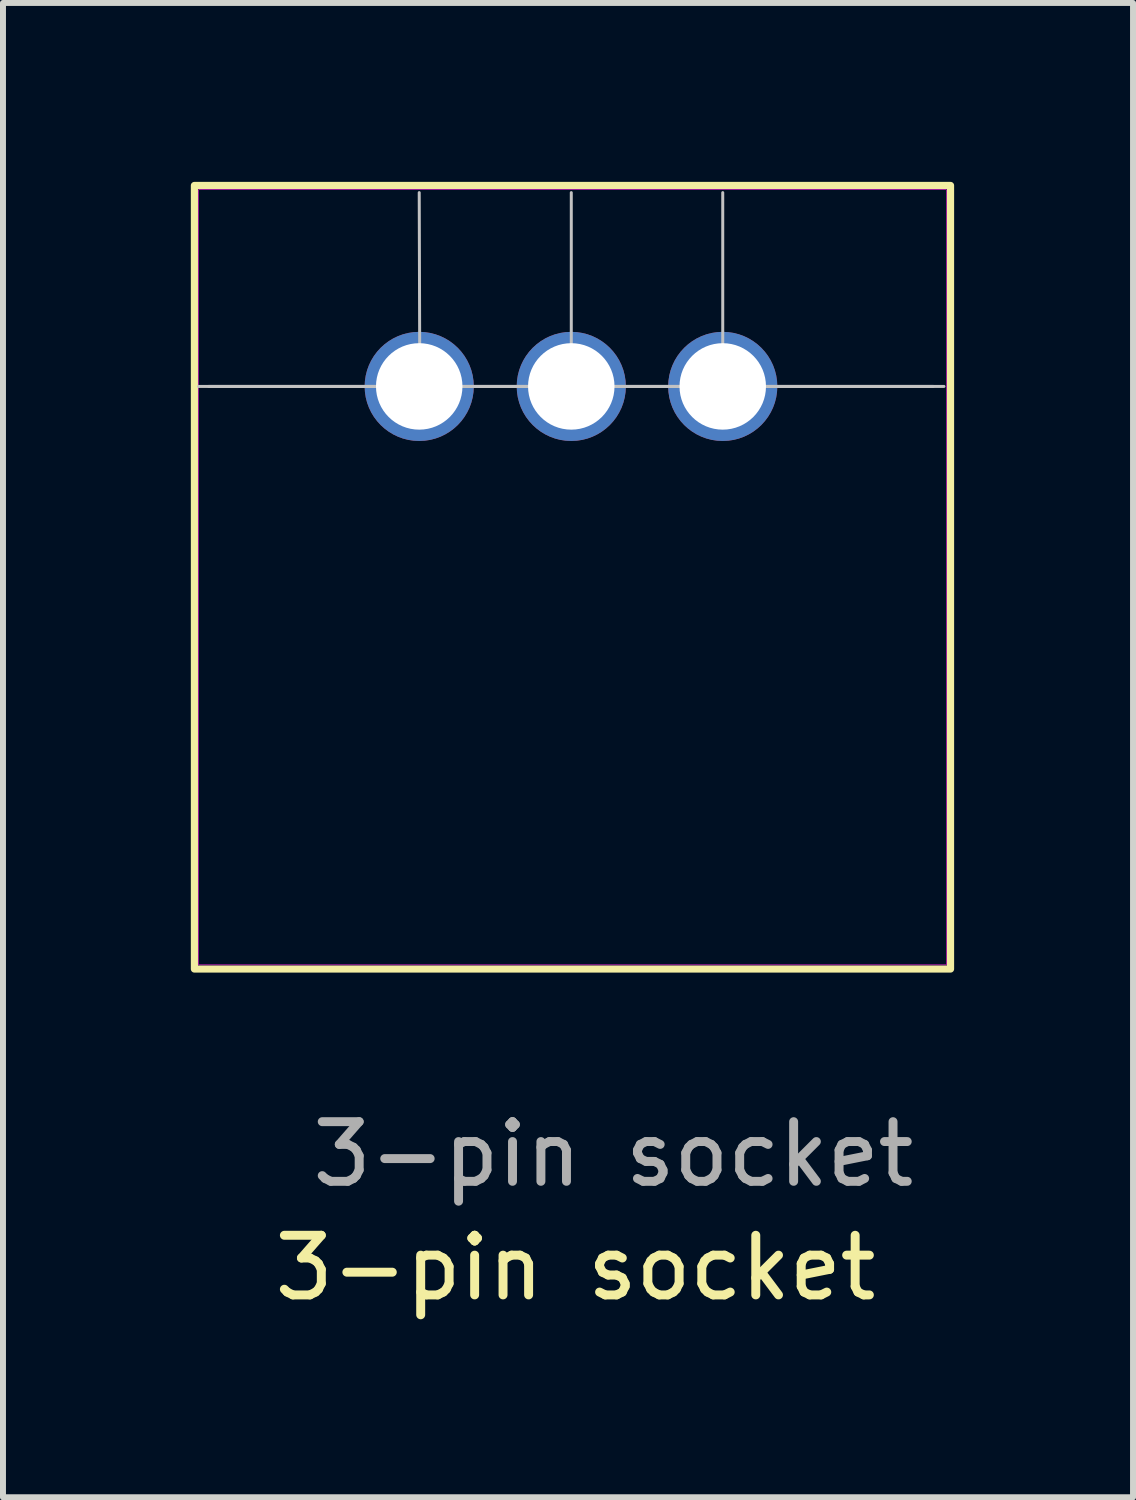
<source format=kicad_pcb>
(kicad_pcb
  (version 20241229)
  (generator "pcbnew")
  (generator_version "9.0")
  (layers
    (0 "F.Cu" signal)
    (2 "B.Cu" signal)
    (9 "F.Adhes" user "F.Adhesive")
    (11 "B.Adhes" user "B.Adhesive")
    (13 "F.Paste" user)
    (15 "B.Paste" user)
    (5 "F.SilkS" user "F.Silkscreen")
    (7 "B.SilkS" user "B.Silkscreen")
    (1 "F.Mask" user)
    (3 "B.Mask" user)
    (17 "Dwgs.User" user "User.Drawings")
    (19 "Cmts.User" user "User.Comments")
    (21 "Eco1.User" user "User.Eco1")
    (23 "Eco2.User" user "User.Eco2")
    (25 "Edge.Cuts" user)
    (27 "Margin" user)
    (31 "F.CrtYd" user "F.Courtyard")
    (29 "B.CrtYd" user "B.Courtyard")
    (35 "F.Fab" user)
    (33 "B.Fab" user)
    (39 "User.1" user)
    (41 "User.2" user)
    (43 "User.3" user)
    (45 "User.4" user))
  (footprint "3-pin socket"
    (layer "F.Cu")
    (at 0.25 13.13)
    (property "Reference" "3-pin socket" (at 6.35 5.08 0) (unlocked yes) (layer "F.SilkS") (effects (font (size 1 1) (thickness 0.15))))
    (attr smd)
    (fp_rect (start -0.04 0.07) (end 12.64 -13.07) (stroke (width 0.12) (type default)) (fill no) (layer "F.SilkS"))
    (fp_line (start 0.03 -9.7) (end 3.74 -9.7) (stroke (width 0.05) (type default)) (layer "Dwgs.User"))
    (fp_line (start 0.2 -9.7) (end 12.35 -9.7) (stroke (width 0.05) (type default)) (layer "Dwgs.User"))
    (fp_line (start 3.74 -9.7) (end 3.73 -12.95) (stroke (width 0.05) (type default)) (layer "Dwgs.User"))
    (fp_line (start 3.74 -9.7) (end 6.28 -9.7) (stroke (width 0.05) (type default)) (layer "Dwgs.User"))
    (fp_line (start 6.28 -9.7) (end 6.28 -12.95) (stroke (width 0.05) (type default)) (layer "Dwgs.User"))
    (fp_line (start 6.28 -9.7) (end 8.82 -9.7) (stroke (width 0.05) (type default)) (layer "Dwgs.User"))
    (fp_line (start 8.82 -9.7) (end 8.82 -12.95) (stroke (width 0.05) (type default)) (layer "Dwgs.User"))
    (fp_line (start 8.82 -9.7) (end 12.53 -9.7) (stroke (width 0.05) (type default)) (layer "Dwgs.User"))
    (fp_rect (start 0.03 0) (end 12.57 -13) (stroke (width 0.01) (type default)) (fill no) (layer "F.CrtYd"))
    (fp_text user "${REFERENCE}" (at 6.985 3.175 0) (unlocked yes) (layer "F.Fab") (effects (font (size 1 1) (thickness 0.15))))
    (pad "1" thru_hole circle (at 3.73 -9.7) (size 1.83 1.83) (drill 1.45) (layers "*.Cu" "*.Mask"))
    (pad "2" thru_hole circle (at 6.28 -9.7) (size 1.83 1.83) (drill 1.45) (layers "*.Cu" "*.Mask"))
    (pad "3" thru_hole circle (at 8.82 -9.7) (size 1.83 1.83) (drill 1.45) (layers "*.Cu" "*.Mask")))
  (gr_rect
    (start -3 -3)
    (end 15.95 22.058)
    (stroke (width 0.1) (type default))
    (fill no)
    (layer "Edge.Cuts")))
</source>
